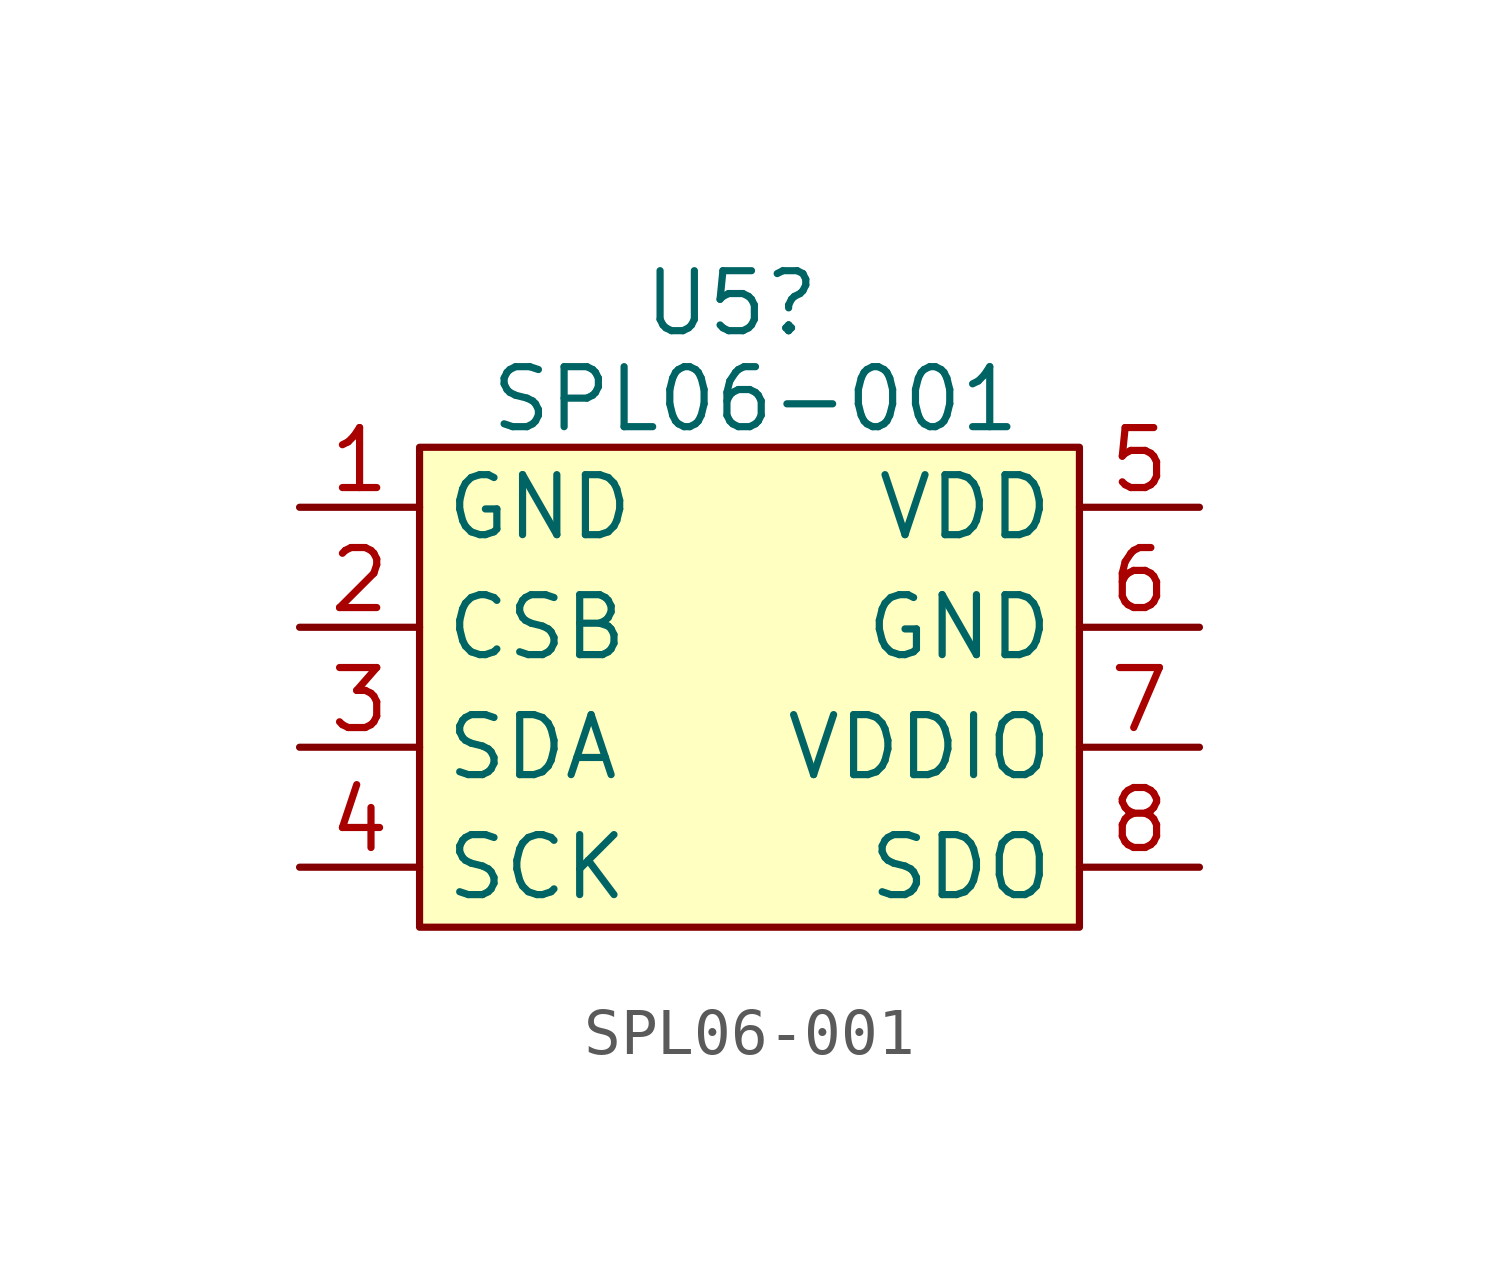
<source format=kicad_sym>
(kicad_symbol_lib
  (version 20241209)
  (generator "kicad_symbol_editor")
  (generator_version "9.0")
  (symbol "SPL06-001"
    (property "Reference" "U5"
      (at 0.254 8.128 0)
      (effects (font (size 1.27 1.27))))
    (property "Value" "SPL06-001"
      (at 0.762 6.096 0)
      (effects (font (size 1.27 1.27))))
    (symbol "SPL06-001_0_1"
      (rectangle (start -6.35 5.08) (end 7.62 -5.08) (stroke (width 0) (type default)) (fill (type color) (color 255 255 194 1))))
    (symbol "SPL06-001_1_1"
      (pin input line (at -8.89 3.81 0) (length 2.54) (name "GND" (effects (font (size 1.27 1.27)))) (number "1" (effects (font (size 1.27 1.27)))))
      (pin input line (at -8.89 1.27 0) (length 2.54) (name "CSB" (effects (font (size 1.27 1.27)))) (number "2" (effects (font (size 1.27 1.27)))))
      (pin bidirectional line (at -8.89 -1.27 0) (length 2.54) (name "SDA" (effects (font (size 1.27 1.27)))) (number "3" (effects (font (size 1.27 1.27)))))
      (pin bidirectional line (at -8.89 -3.81 0) (length 2.54) (name "SCK" (effects (font (size 1.27 1.27)))) (number "4" (effects (font (size 1.27 1.27)))))
      (pin input line (at 10.16 3.81 180) (length 2.54) (name "VDD" (effects (font (size 1.27 1.27)))) (number "5" (effects (font (size 1.27 1.27)))))
      (pin input line (at 10.16 1.27 180) (length 2.54) (name "GND" (effects (font (size 1.27 1.27)))) (number "6" (effects (font (size 1.27 1.27)))))
      (pin input line (at 10.16 -1.27 180) (length 2.54) (name "VDDIO" (effects (font (size 1.27 1.27)))) (number "7" (effects (font (size 1.27 1.27)))))
      (pin input line (at 10.16 -3.81 180) (length 2.54) (name "SDO" (effects (font (size 1.27 1.27)))) (number "8" (effects (font (size 1.27 1.27))))))))
</source>
